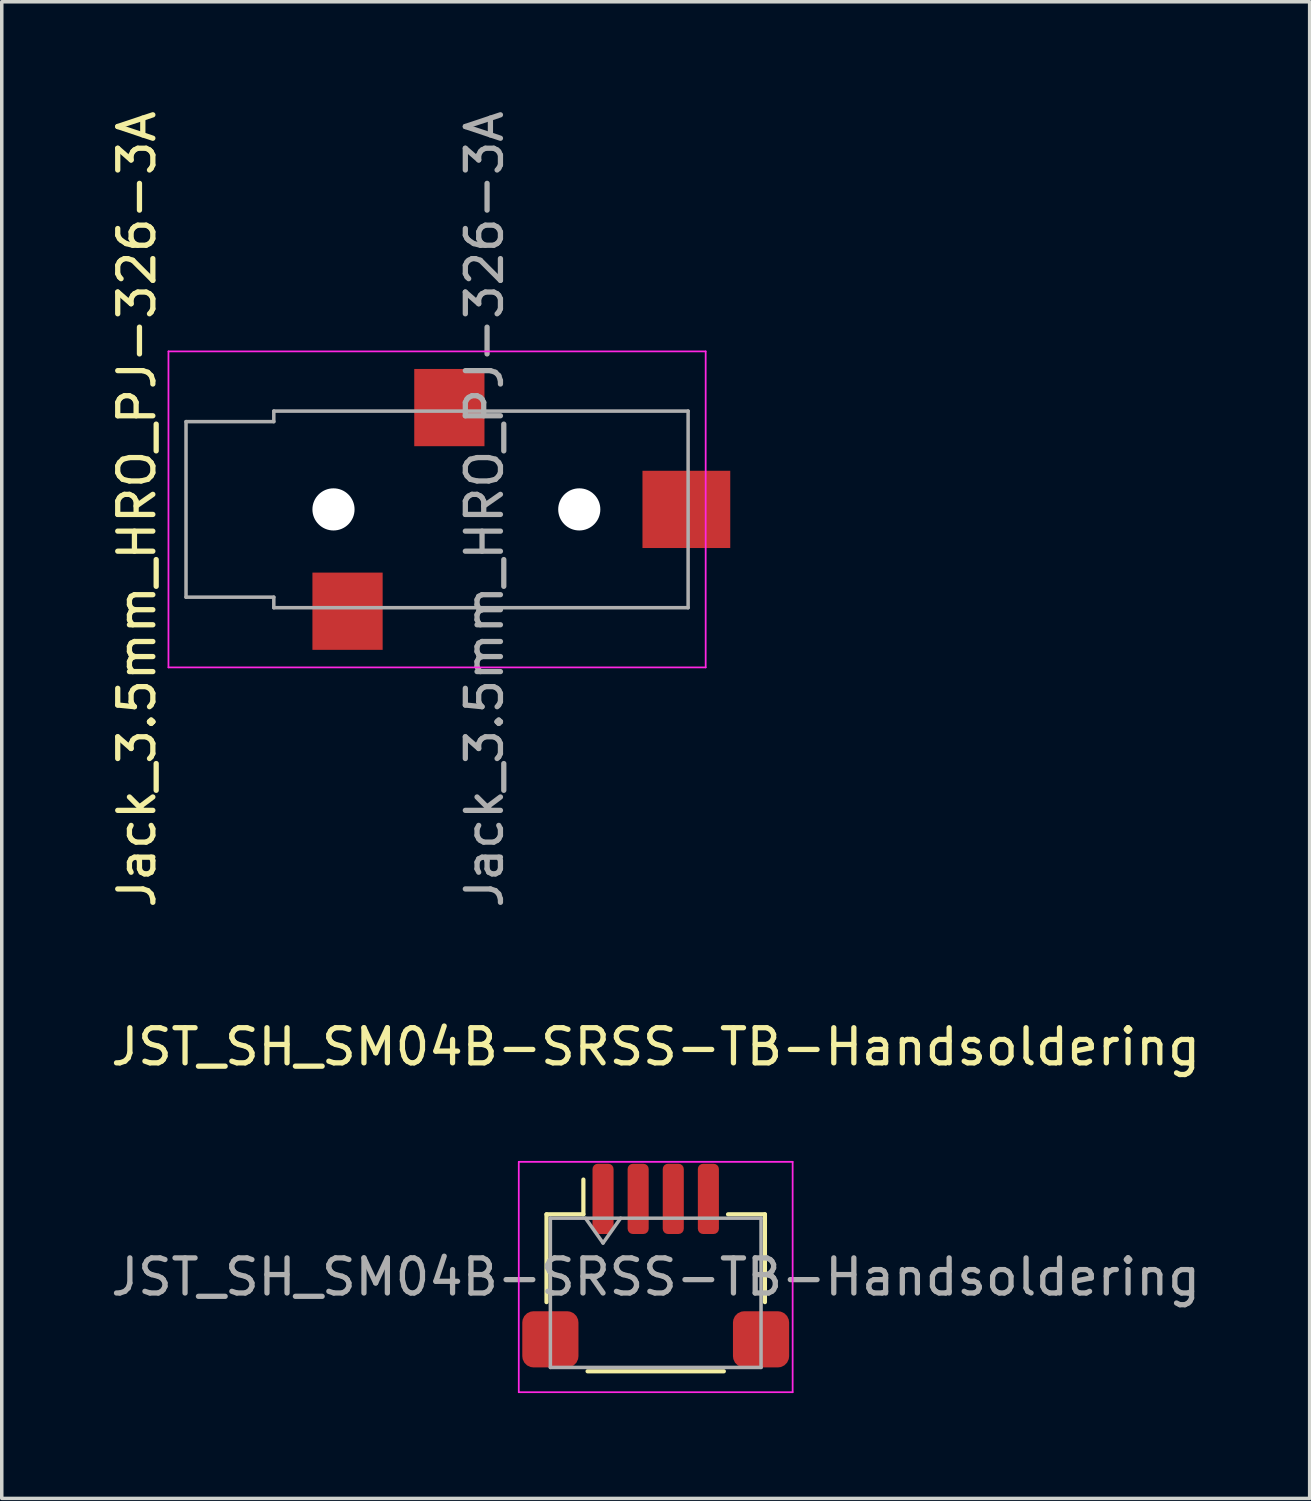
<source format=kicad_pcb>
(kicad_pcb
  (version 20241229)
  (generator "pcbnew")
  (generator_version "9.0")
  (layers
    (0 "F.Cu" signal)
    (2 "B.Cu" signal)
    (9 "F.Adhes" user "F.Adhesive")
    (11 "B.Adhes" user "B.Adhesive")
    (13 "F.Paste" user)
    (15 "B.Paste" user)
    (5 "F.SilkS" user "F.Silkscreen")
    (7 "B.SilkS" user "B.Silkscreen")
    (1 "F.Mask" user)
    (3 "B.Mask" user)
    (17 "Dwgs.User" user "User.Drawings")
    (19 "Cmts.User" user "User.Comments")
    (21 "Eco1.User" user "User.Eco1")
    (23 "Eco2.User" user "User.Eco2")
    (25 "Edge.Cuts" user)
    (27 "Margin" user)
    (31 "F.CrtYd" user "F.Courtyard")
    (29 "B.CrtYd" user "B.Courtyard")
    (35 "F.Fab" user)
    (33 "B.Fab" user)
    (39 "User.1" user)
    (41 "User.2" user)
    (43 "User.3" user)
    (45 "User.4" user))
  (footprint "JST_SH_SM04B-SRSS-TB-Handsoldering"
    (layer "F.Cu")
    (at 15.625 33.32)
    (property "Reference" "JST_SH_SM04B-SRSS-TB-Handsoldering" (at 0 -6.555 0) (layer "F.SilkS") (effects (font (size 1 1) (thickness 0.15))))
    (attr smd)
    (fp_line (start -3.11 -1.785) (end -2.06 -1.785) (stroke (width 0.12) (type solid)) (layer "F.SilkS"))
    (fp_line (start -3.11 0.715) (end -3.11 -1.785) (stroke (width 0.12) (type solid)) (layer "F.SilkS"))
    (fp_line (start -2.06 -1.785) (end -2.06 -2.775) (stroke (width 0.12) (type solid)) (layer "F.SilkS"))
    (fp_line (start -1.94 2.685) (end 1.94 2.685) (stroke (width 0.12) (type solid)) (layer "F.SilkS"))
    (fp_line (start 3.11 -1.785) (end 2.06 -1.785) (stroke (width 0.12) (type solid)) (layer "F.SilkS"))
    (fp_line (start 3.11 0.715) (end 3.11 -1.785) (stroke (width 0.12) (type solid)) (layer "F.SilkS"))
    (fp_line (start -3.9 -3.28) (end -3.9 3.28) (stroke (width 0.05) (type solid)) (layer "F.CrtYd"))
    (fp_line (start -3.9 3.28) (end 3.9 3.28) (stroke (width 0.05) (type solid)) (layer "F.CrtYd"))
    (fp_line (start 3.9 -3.28) (end -3.9 -3.28) (stroke (width 0.05) (type solid)) (layer "F.CrtYd"))
    (fp_line (start 3.9 3.28) (end 3.9 -3.28) (stroke (width 0.05) (type solid)) (layer "F.CrtYd"))
    (fp_line (start -3 -1.675) (end -3 2.575) (stroke (width 0.1) (type solid)) (layer "F.Fab"))
    (fp_line (start -3 -1.675) (end 3 -1.675) (stroke (width 0.1) (type solid)) (layer "F.Fab"))
    (fp_line (start -3 2.575) (end 3 2.575) (stroke (width 0.1) (type solid)) (layer "F.Fab"))
    (fp_line (start -2 -1.675) (end -1.5 -0.968) (stroke (width 0.1) (type solid)) (layer "F.Fab"))
    (fp_line (start -1.5 -0.968) (end -1 -1.675) (stroke (width 0.1) (type solid)) (layer "F.Fab"))
    (fp_line (start 3 -1.675) (end 3 2.575) (stroke (width 0.1) (type solid)) (layer "F.Fab"))
    (fp_text user "${REFERENCE}" (at 0 0 0) (layer "F.Fab") (effects (font (size 1 1) (thickness 0.15))))
    (pad "" smd roundrect (at -3 1.775) (size 1.6 1.6) (layers "F.Cu" "F.Mask" "F.Paste") (roundrect_rratio 0.2))
    (pad "" smd roundrect (at 3 1.775) (size 1.6 1.6) (layers "F.Cu" "F.Mask" "F.Paste") (roundrect_rratio 0.2))
    (pad "1" smd roundrect (at -1.5 -2.225) (size 0.6 2) (layers "F.Cu" "F.Mask" "F.Paste") (roundrect_rratio 0.25))
    (pad "2" smd roundrect (at -0.5 -2.225) (size 0.6 2) (layers "F.Cu" "F.Mask" "F.Paste") (roundrect_rratio 0.25))
    (pad "3" smd roundrect (at 0.5 -2.225) (size 0.6 2) (layers "F.Cu" "F.Mask" "F.Paste") (roundrect_rratio 0.25))
    (pad "4" smd roundrect (at 1.5 -2.225) (size 0.6 2) (layers "F.Cu" "F.Mask" "F.Paste") (roundrect_rratio 0.25)))
  (footprint "Jack_3.5mm_HRO_PJ-326-3A"
    (layer "F.Cu")
    (at 2.248 11.458)
    (property "Reference" "Jack_3.5mm_HRO_PJ-326-3A" (at -1.4 0 90) (layer "F.SilkS") (effects (font (size 1 1) (thickness 0.15))))
    (attr smd)
    (fp_line (start -0.5 -4.5) (end 14.8 -4.5) (stroke (width 0.05) (type solid)) (layer "F.CrtYd"))
    (fp_line (start -0.5 4.5) (end -0.5 -4.5) (stroke (width 0.05) (type solid)) (layer "F.CrtYd"))
    (fp_line (start 14.8 -4.5) (end 14.8 4.5) (stroke (width 0.05) (type solid)) (layer "F.CrtYd"))
    (fp_line (start 14.8 4.5) (end -0.5 4.5) (stroke (width 0.05) (type solid)) (layer "F.CrtYd"))
    (fp_line (start 0 -2.5) (end 2.5 -2.5) (stroke (width 0.1) (type solid)) (layer "F.Fab"))
    (fp_line (start 0 2.5) (end 0 -2.5) (stroke (width 0.1) (type solid)) (layer "F.Fab"))
    (fp_line (start 2.5 -2.8) (end 14.3 -2.8) (stroke (width 0.1) (type solid)) (layer "F.Fab"))
    (fp_line (start 2.5 -2.5) (end 2.5 -2.8) (stroke (width 0.1) (type solid)) (layer "F.Fab"))
    (fp_line (start 2.5 2.5) (end 0 2.5) (stroke (width 0.1) (type solid)) (layer "F.Fab"))
    (fp_line (start 2.5 2.8) (end 2.5 2.5) (stroke (width 0.1) (type solid)) (layer "F.Fab"))
    (fp_line (start 14.3 -2.8) (end 14.3 2.8) (stroke (width 0.1) (type solid)) (layer "F.Fab"))
    (fp_line (start 14.3 2.8) (end 2.5 2.8) (stroke (width 0.1) (type solid)) (layer "F.Fab"))
    (fp_text user "${REFERENCE}" (at 8.5 0 90) (layer "F.Fab") (effects (font (size 1 1) (thickness 0.15))))
    (pad "" np_thru_hole circle (at 4.2 0 90) (size 1.2 1.2) (drill 1.2) (layers "*.Cu" "*.Mask"))
    (pad "" np_thru_hole circle (at 11.2 0 90) (size 1.2 1.2) (drill 1.2) (layers "*.Cu" "*.Mask"))
    (pad "R" smd rect (at 7.5 -2.9 90) (size 2.2 2) (layers "F.Cu" "F.Mask" "F.Paste"))
    (pad "S" smd rect (at 4.6 2.9 90) (size 2.2 2) (layers "F.Cu" "F.Mask" "F.Paste"))
    (pad "T" smd rect (at 14.25 0 90) (size 2.2 2.5) (layers "F.Cu" "F.Mask" "F.Paste")))
  (gr_rect
    (start -3 -3)
    (end 34.25 39.625)
    (stroke (width 0.1) (type default))
    (fill no)
    (layer "Edge.Cuts")))
</source>
